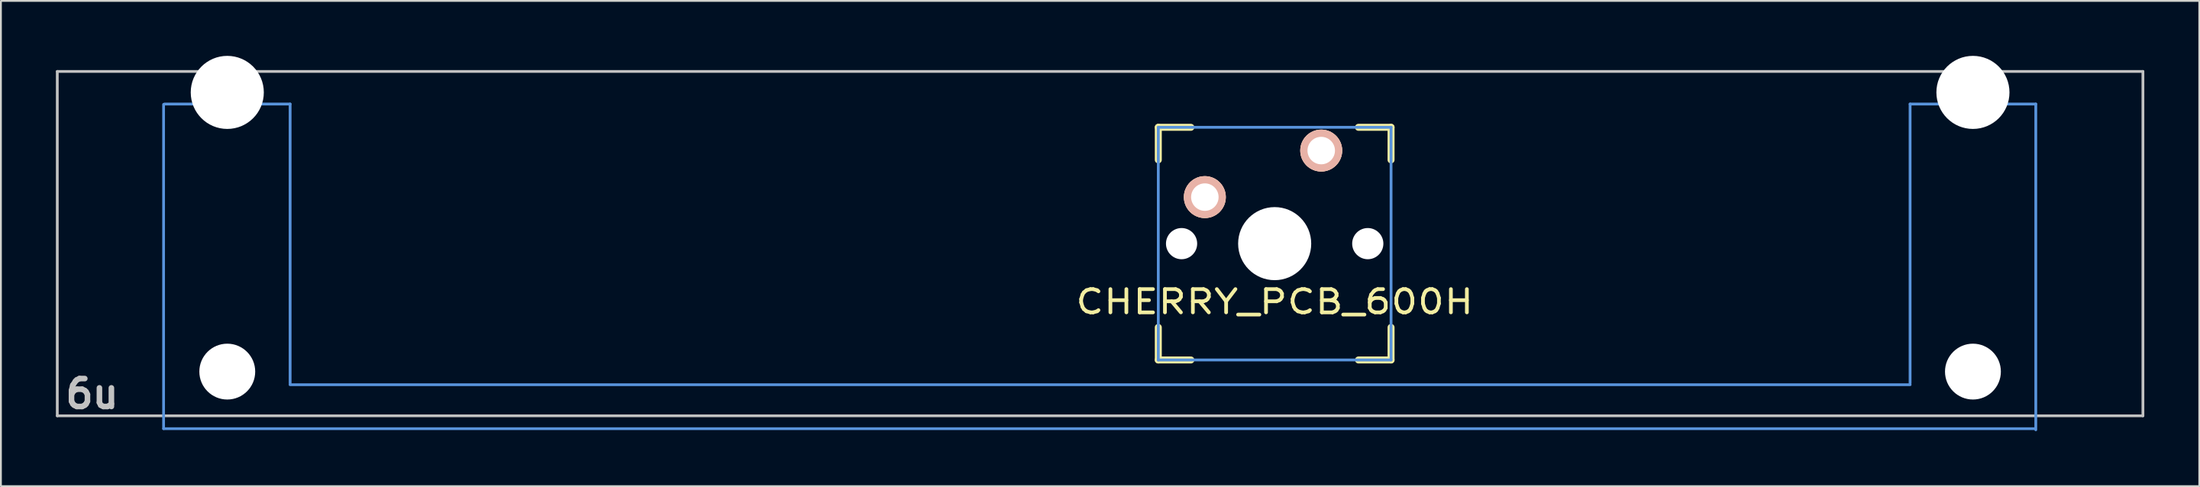
<source format=kicad_pcb>
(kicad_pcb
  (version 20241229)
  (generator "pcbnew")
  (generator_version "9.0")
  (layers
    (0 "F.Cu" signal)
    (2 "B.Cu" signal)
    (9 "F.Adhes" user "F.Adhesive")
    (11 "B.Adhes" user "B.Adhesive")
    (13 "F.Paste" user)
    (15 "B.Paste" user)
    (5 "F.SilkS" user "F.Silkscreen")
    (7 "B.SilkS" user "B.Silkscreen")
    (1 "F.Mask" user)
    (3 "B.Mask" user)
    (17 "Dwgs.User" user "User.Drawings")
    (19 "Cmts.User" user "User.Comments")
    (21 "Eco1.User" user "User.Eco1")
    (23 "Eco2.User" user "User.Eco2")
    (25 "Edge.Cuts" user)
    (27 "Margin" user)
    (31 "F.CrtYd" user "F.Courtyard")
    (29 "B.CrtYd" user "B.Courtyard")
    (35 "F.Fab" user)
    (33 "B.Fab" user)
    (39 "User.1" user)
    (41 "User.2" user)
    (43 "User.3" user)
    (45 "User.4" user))
  (footprint "CHERRY_PCB_600H"
    (layer "F.Cu")
    (at 66.501 10.249)
    (property "Reference" "CHERRY_PCB_600H" (at 0 3.175 0) (layer "F.SilkS") (effects (font (size 1.27 1.524) (thickness 0.203))))
    (attr through_hole)
    (fp_line (start -6.35 -6.35) (end -4.572 -6.35) (stroke (width 0.381) (type solid)) (layer "F.SilkS"))
    (fp_line (start -6.35 -4.572) (end -6.35 -6.35) (stroke (width 0.381) (type solid)) (layer "F.SilkS"))
    (fp_line (start -6.35 6.35) (end -6.35 4.572) (stroke (width 0.381) (type solid)) (layer "F.SilkS"))
    (fp_line (start -4.572 6.35) (end -6.35 6.35) (stroke (width 0.381) (type solid)) (layer "F.SilkS"))
    (fp_line (start 4.572 -6.35) (end 6.35 -6.35) (stroke (width 0.381) (type solid)) (layer "F.SilkS"))
    (fp_line (start 6.35 -6.35) (end 6.35 -4.572) (stroke (width 0.381) (type solid)) (layer "F.SilkS"))
    (fp_line (start 6.35 4.572) (end 6.35 6.35) (stroke (width 0.381) (type solid)) (layer "F.SilkS"))
    (fp_line (start 6.35 6.35) (end 4.572 6.35) (stroke (width 0.381) (type solid)) (layer "F.SilkS"))
    (fp_line (start -66.425 -9.398) (end 47.375 -9.398) (stroke (width 0.15) (type solid)) (layer "Dwgs.User"))
    (fp_line (start -66.425 9.398) (end -66.425 -9.398) (stroke (width 0.152) (type solid)) (layer "Dwgs.User"))
    (fp_line (start -66.425 9.398) (end 47.375 9.398) (stroke (width 0.15) (type solid)) (layer "Dwgs.User"))
    (fp_line (start 47.375 -9.398) (end 47.375 9.398) (stroke (width 0.152) (type solid)) (layer "Dwgs.User"))
    (fp_line (start -60.625 -7.6) (end -60.625 10.1) (stroke (width 0.15) (type solid)) (layer "Cmts.User"))
    (fp_line (start -60.625 10.1) (end 41.475 10.1) (stroke (width 0.15) (type solid)) (layer "Cmts.User"))
    (fp_line (start -53.721 -7.62) (end -60.579 -7.62) (stroke (width 0.152) (type solid)) (layer "Cmts.User"))
    (fp_line (start -53.721 7.62) (end -53.721 -7.62) (stroke (width 0.152) (type solid)) (layer "Cmts.User"))
    (fp_line (start -6.35 -6.35) (end 6.35 -6.35) (stroke (width 0.152) (type solid)) (layer "Cmts.User"))
    (fp_line (start -6.35 6.35) (end -6.35 -6.35) (stroke (width 0.152) (type solid)) (layer "Cmts.User"))
    (fp_line (start 6.35 -6.35) (end 6.35 6.35) (stroke (width 0.152) (type solid)) (layer "Cmts.User"))
    (fp_line (start 6.35 6.35) (end -6.35 6.35) (stroke (width 0.152) (type solid)) (layer "Cmts.User"))
    (fp_line (start 34.671 -7.62) (end 34.671 7.62) (stroke (width 0.152) (type solid)) (layer "Cmts.User"))
    (fp_line (start 34.675 7.7) (end -53.725 7.7) (stroke (width 0.15) (type solid)) (layer "Cmts.User"))
    (fp_line (start 41.529 -7.62) (end 34.671 -7.62) (stroke (width 0.152) (type solid)) (layer "Cmts.User"))
    (fp_line (start 41.529 10.16) (end 41.529 -7.62) (stroke (width 0.152) (type solid)) (layer "Cmts.User"))
    (fp_line (start -61.341 -2.286) (end -60.477 -2.286) (stroke (width 0.152) (type solid)) (layer "Eco2.User"))
    (fp_line (start -61.341 0.508) (end -61.341 -2.286) (stroke (width 0.152) (type solid)) (layer "Eco2.User"))
    (fp_line (start -60.477 -5.69) (end -53.823 -5.69) (stroke (width 0.152) (type solid)) (layer "Eco2.User"))
    (fp_line (start -60.477 -2.286) (end -60.477 -5.69) (stroke (width 0.152) (type solid)) (layer "Eco2.User"))
    (fp_line (start -60.477 0.508) (end -61.341 0.508) (stroke (width 0.152) (type solid)) (layer "Eco2.User"))
    (fp_line (start -60.477 6.604) (end -60.477 0.508) (stroke (width 0.152) (type solid)) (layer "Eco2.User"))
    (fp_line (start -59.436 6.604) (end -60.477 6.604) (stroke (width 0.152) (type solid)) (layer "Eco2.User"))
    (fp_line (start -59.436 7.772) (end -59.436 6.604) (stroke (width 0.152) (type solid)) (layer "Eco2.User"))
    (fp_line (start -54.864 6.604) (end -54.864 7.772) (stroke (width 0.152) (type solid)) (layer "Eco2.User"))
    (fp_line (start -54.864 7.772) (end -59.436 7.772) (stroke (width 0.152) (type solid)) (layer "Eco2.User"))
    (fp_line (start -53.825 -2.3) (end -7.025 -2.3) (stroke (width 0.15) (type solid)) (layer "Eco2.User"))
    (fp_line (start -53.825 2.3) (end -7.025 2.3) (stroke (width 0.15) (type solid)) (layer "Eco2.User"))
    (fp_line (start -53.823 -5.69) (end -53.823 -2.286) (stroke (width 0.152) (type solid)) (layer "Eco2.User"))
    (fp_line (start -53.823 2.286) (end -53.823 6.604) (stroke (width 0.152) (type solid)) (layer "Eco2.User"))
    (fp_line (start -53.823 6.604) (end -54.864 6.604) (stroke (width 0.152) (type solid)) (layer "Eco2.User"))
    (fp_line (start -6.985 -6.985) (end 6.985 -6.985) (stroke (width 0.152) (type solid)) (layer "Eco2.User"))
    (fp_line (start -6.985 -2.286) (end -6.985 -6.985) (stroke (width 0.152) (type solid)) (layer "Eco2.User"))
    (fp_line (start -6.985 6.985) (end -6.985 2.286) (stroke (width 0.152) (type solid)) (layer "Eco2.User"))
    (fp_line (start 6.975 -2.3) (end 34.775 -2.3) (stroke (width 0.15) (type solid)) (layer "Eco2.User"))
    (fp_line (start 6.975 2.3) (end 34.775 2.3) (stroke (width 0.15) (type solid)) (layer "Eco2.User"))
    (fp_line (start 6.985 -6.985) (end 6.985 -2.286) (stroke (width 0.152) (type solid)) (layer "Eco2.User"))
    (fp_line (start 6.985 2.286) (end 6.985 6.985) (stroke (width 0.152) (type solid)) (layer "Eco2.User"))
    (fp_line (start 6.985 6.985) (end -6.985 6.985) (stroke (width 0.152) (type solid)) (layer "Eco2.User"))
    (fp_line (start 34.773 -5.69) (end 41.427 -5.69) (stroke (width 0.152) (type solid)) (layer "Eco2.User"))
    (fp_line (start 34.773 -2.286) (end 34.773 -5.69) (stroke (width 0.152) (type solid)) (layer "Eco2.User"))
    (fp_line (start 34.773 6.604) (end 34.773 2.286) (stroke (width 0.152) (type solid)) (layer "Eco2.User"))
    (fp_line (start 35.814 6.604) (end 34.773 6.604) (stroke (width 0.152) (type solid)) (layer "Eco2.User"))
    (fp_line (start 35.814 7.772) (end 35.814 6.604) (stroke (width 0.152) (type solid)) (layer "Eco2.User"))
    (fp_line (start 40.386 6.604) (end 40.386 7.772) (stroke (width 0.152) (type solid)) (layer "Eco2.User"))
    (fp_line (start 40.386 7.772) (end 35.814 7.772) (stroke (width 0.152) (type solid)) (layer "Eco2.User"))
    (fp_line (start 41.427 -5.69) (end 41.427 -2.286) (stroke (width 0.152) (type solid)) (layer "Eco2.User"))
    (fp_line (start 41.427 -2.286) (end 42.291 -2.286) (stroke (width 0.152) (type solid)) (layer "Eco2.User"))
    (fp_line (start 41.427 0.508) (end 41.427 6.604) (stroke (width 0.152) (type solid)) (layer "Eco2.User"))
    (fp_line (start 41.427 6.604) (end 40.386 6.604) (stroke (width 0.152) (type solid)) (layer "Eco2.User"))
    (fp_line (start 42.291 -2.286) (end 42.291 0.508) (stroke (width 0.152) (type solid)) (layer "Eco2.User"))
    (fp_line (start 42.291 0.508) (end 41.427 0.508) (stroke (width 0.152) (type solid)) (layer "Eco2.User"))
    (fp_text user "6u" (at -64.525 8.2 0) (layer "Dwgs.User") (effects (font (size 1.524 1.524) (thickness 0.305))))
    (pad "" np_thru_hole circle (at -57.15 -8.255) (size 3.988 3.988) (drill 3.988) (layers "*.Cu"))
    (pad "" np_thru_hole circle (at -57.15 6.985) (size 3.048 3.048) (drill 3.048) (layers "*.Cu"))
    (pad "" np_thru_hole circle (at -5.08 0) (size 1.702 1.702) (drill 1.702) (layers "*.Cu"))
    (pad "" np_thru_hole circle (at 0 0) (size 3.988 3.988) (drill 3.988) (layers "*.Cu"))
    (pad "" np_thru_hole circle (at 5.08 0) (size 1.702 1.702) (drill 1.702) (layers "*.Cu"))
    (pad "" np_thru_hole circle (at 38.1 -8.255) (size 3.988 3.988) (drill 3.988) (layers "*.Cu"))
    (pad "" np_thru_hole circle (at 38.1 6.985) (size 3.048 3.048) (drill 3.048) (layers "*.Cu"))
    (pad "1" thru_hole circle (at 2.54 -5.08) (size 2.286 2.286) (drill 1.499) (layers "*.Cu" "*.SilkS" "*.Mask"))
    (pad "2" thru_hole circle (at -3.81 -2.54) (size 2.286 2.286) (drill 1.499) (layers "*.Cu" "*.SilkS" "*.Mask")))
  (gr_rect
    (start -3 -3)
    (end 116.952 23.485)
    (stroke (width 0.1) (type default))
    (fill no)
    (layer "Edge.Cuts")))
</source>
